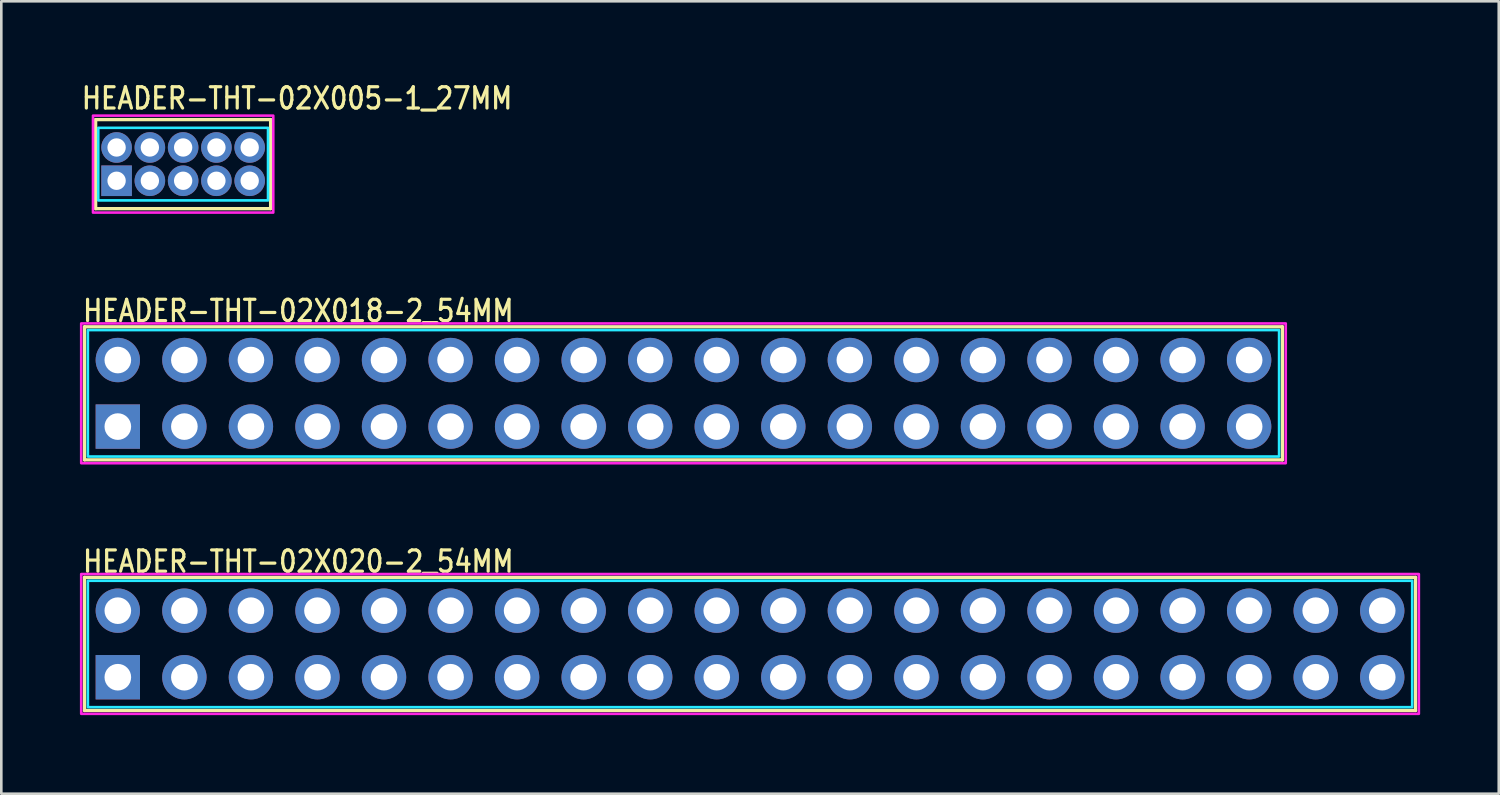
<source format=kicad_pcb>
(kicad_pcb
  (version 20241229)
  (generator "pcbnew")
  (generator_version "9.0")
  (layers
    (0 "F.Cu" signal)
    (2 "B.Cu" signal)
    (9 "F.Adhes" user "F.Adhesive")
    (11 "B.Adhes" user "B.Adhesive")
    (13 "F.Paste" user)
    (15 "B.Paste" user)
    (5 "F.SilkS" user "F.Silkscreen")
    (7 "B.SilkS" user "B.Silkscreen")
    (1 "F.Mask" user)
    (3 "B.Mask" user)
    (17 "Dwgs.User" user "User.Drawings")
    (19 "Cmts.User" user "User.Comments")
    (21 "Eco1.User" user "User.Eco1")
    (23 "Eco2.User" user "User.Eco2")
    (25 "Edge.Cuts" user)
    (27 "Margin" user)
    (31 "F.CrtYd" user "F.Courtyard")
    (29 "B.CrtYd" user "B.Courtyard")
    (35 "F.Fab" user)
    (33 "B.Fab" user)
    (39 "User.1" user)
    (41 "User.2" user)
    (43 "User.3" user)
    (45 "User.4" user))
  (footprint "HEADER-THT-02X005-1_27MM"
    (layer "F.Cu")
    (at 1.4 3.849)
    (property "Reference" "HEADER-THT-02X005-1_27MM" (at -1.4 -2.67 0) (unlocked yes) (layer "F.SilkS") (effects (font (size 0.813 0.695) (thickness 0.122)) (justify left bottom)))
    (fp_line (start -0.8 -2.335) (end -0.8 1.065) (stroke (width 0.127) (type solid)) (layer "F.SilkS"))
    (fp_line (start -0.8 1.065) (end 5.88 1.065) (stroke (width 0.127) (type solid)) (layer "F.SilkS"))
    (fp_line (start 5.88 -2.335) (end -0.8 -2.335) (stroke (width 0.127) (type solid)) (layer "F.SilkS"))
    (fp_line (start 5.88 1.065) (end 5.88 -2.335) (stroke (width 0.127) (type solid)) (layer "F.SilkS"))
    (fp_poly (pts (xy -0.7 -2.02) (xy 5.78 -2.02) (xy 5.78 0.75) (xy -0.7 0.75)) (stroke (width 0.1) (type solid)) (fill no) (layer "B.CrtYd"))
    (fp_poly (pts (xy -0.9 -2.485) (xy 5.98 -2.485) (xy 5.98 1.215) (xy -0.9 1.215)) (stroke (width 0.1) (type solid)) (fill no) (layer "F.CrtYd"))
    (pad "1" thru_hole rect (at 0 0) (size 1.167 1.167) (drill 0.7) (layers "*.Cu" "*.Mask"))
    (pad "2" thru_hole oval (at 0 -1.27) (size 1.167 1.167) (drill 0.7) (layers "*.Cu" "*.Mask"))
    (pad "3" thru_hole oval (at 1.27 0) (size 1.167 1.167) (drill 0.7) (layers "*.Cu" "*.Mask"))
    (pad "4" thru_hole oval (at 1.27 -1.27) (size 1.167 1.167) (drill 0.7) (layers "*.Cu" "*.Mask"))
    (pad "5" thru_hole oval (at 2.54 0) (size 1.167 1.167) (drill 0.7) (layers "*.Cu" "*.Mask"))
    (pad "6" thru_hole oval (at 2.54 -1.27) (size 1.167 1.167) (drill 0.7) (layers "*.Cu" "*.Mask"))
    (pad "7" thru_hole oval (at 3.81 0) (size 1.167 1.167) (drill 0.7) (layers "*.Cu" "*.Mask"))
    (pad "8" thru_hole oval (at 3.81 -1.27) (size 1.167 1.167) (drill 0.7) (layers "*.Cu" "*.Mask"))
    (pad "9" thru_hole oval (at 5.08 0) (size 1.167 1.167) (drill 0.7) (layers "*.Cu" "*.Mask"))
    (pad "10" thru_hole oval (at 5.08 -1.27) (size 1.167 1.167) (drill 0.7) (layers "*.Cu" "*.Mask")))
  (footprint "HEADER-THT-02X018-2_54MM"
    (layer "F.Cu")
    (at 1.447 13.232)
    (property "Reference" "HEADER-THT-02X018-2_54MM" (at -1.4 -3.94 0) (unlocked yes) (layer "F.SilkS") (effects (font (size 0.813 0.695) (thickness 0.122)) (justify left bottom)))
    (fp_line (start -1.27 -3.81) (end -1.27 1.27) (stroke (width 0.127) (type solid)) (layer "F.SilkS"))
    (fp_line (start -1.27 1.27) (end 44.45 1.27) (stroke (width 0.127) (type solid)) (layer "F.SilkS"))
    (fp_line (start 44.45 -3.81) (end -1.27 -3.81) (stroke (width 0.127) (type solid)) (layer "F.SilkS"))
    (fp_line (start 44.45 1.27) (end 44.45 -3.81) (stroke (width 0.127) (type solid)) (layer "F.SilkS"))
    (fp_poly (pts (xy -1.143 -3.683) (xy 44.323 -3.683) (xy 44.323 1.143) (xy -1.143 1.143)) (stroke (width 0.1) (type solid)) (fill no) (layer "B.CrtYd"))
    (fp_poly (pts (xy -1.397 -3.937) (xy 44.577 -3.937) (xy 44.577 1.397) (xy -1.397 1.397)) (stroke (width 0.1) (type solid)) (fill no) (layer "F.CrtYd"))
    (pad "1" thru_hole rect (at 0 0) (size 1.693 1.693) (drill 1.016) (layers "*.Cu" "*.Mask"))
    (pad "2" thru_hole oval (at 0 -2.54) (size 1.693 1.693) (drill 1.016) (layers "*.Cu" "*.Mask"))
    (pad "3" thru_hole oval (at 2.54 0) (size 1.693 1.693) (drill 1.016) (layers "*.Cu" "*.Mask"))
    (pad "4" thru_hole oval (at 2.54 -2.54) (size 1.693 1.693) (drill 1.016) (layers "*.Cu" "*.Mask"))
    (pad "5" thru_hole oval (at 5.08 0) (size 1.693 1.693) (drill 1.016) (layers "*.Cu" "*.Mask"))
    (pad "6" thru_hole oval (at 5.08 -2.54) (size 1.693 1.693) (drill 1.016) (layers "*.Cu" "*.Mask"))
    (pad "7" thru_hole oval (at 7.62 0) (size 1.693 1.693) (drill 1.016) (layers "*.Cu" "*.Mask"))
    (pad "8" thru_hole oval (at 7.62 -2.54) (size 1.693 1.693) (drill 1.016) (layers "*.Cu" "*.Mask"))
    (pad "9" thru_hole oval (at 10.16 0) (size 1.693 1.693) (drill 1.016) (layers "*.Cu" "*.Mask"))
    (pad "10" thru_hole oval (at 10.16 -2.54) (size 1.693 1.693) (drill 1.016) (layers "*.Cu" "*.Mask"))
    (pad "11" thru_hole oval (at 12.7 0) (size 1.693 1.693) (drill 1.016) (layers "*.Cu" "*.Mask"))
    (pad "12" thru_hole oval (at 12.7 -2.54) (size 1.693 1.693) (drill 1.016) (layers "*.Cu" "*.Mask"))
    (pad "13" thru_hole oval (at 15.24 0) (size 1.693 1.693) (drill 1.016) (layers "*.Cu" "*.Mask"))
    (pad "14" thru_hole oval (at 15.24 -2.54) (size 1.693 1.693) (drill 1.016) (layers "*.Cu" "*.Mask"))
    (pad "15" thru_hole oval (at 17.78 0) (size 1.693 1.693) (drill 1.016) (layers "*.Cu" "*.Mask"))
    (pad "16" thru_hole oval (at 17.78 -2.54) (size 1.693 1.693) (drill 1.016) (layers "*.Cu" "*.Mask"))
    (pad "17" thru_hole oval (at 20.32 0) (size 1.693 1.693) (drill 1.016) (layers "*.Cu" "*.Mask"))
    (pad "18" thru_hole oval (at 20.32 -2.54) (size 1.693 1.693) (drill 1.016) (layers "*.Cu" "*.Mask"))
    (pad "19" thru_hole oval (at 22.86 0) (size 1.693 1.693) (drill 1.016) (layers "*.Cu" "*.Mask"))
    (pad "20" thru_hole oval (at 22.86 -2.54) (size 1.693 1.693) (drill 1.016) (layers "*.Cu" "*.Mask"))
    (pad "21" thru_hole oval (at 25.4 0) (size 1.693 1.693) (drill 1.016) (layers "*.Cu" "*.Mask"))
    (pad "22" thru_hole oval (at 25.4 -2.54) (size 1.693 1.693) (drill 1.016) (layers "*.Cu" "*.Mask"))
    (pad "23" thru_hole oval (at 27.94 0) (size 1.693 1.693) (drill 1.016) (layers "*.Cu" "*.Mask"))
    (pad "24" thru_hole oval (at 27.94 -2.54) (size 1.693 1.693) (drill 1.016) (layers "*.Cu" "*.Mask"))
    (pad "25" thru_hole oval (at 30.48 0) (size 1.693 1.693) (drill 1.016) (layers "*.Cu" "*.Mask"))
    (pad "26" thru_hole oval (at 30.48 -2.54) (size 1.693 1.693) (drill 1.016) (layers "*.Cu" "*.Mask"))
    (pad "27" thru_hole oval (at 33.02 0) (size 1.693 1.693) (drill 1.016) (layers "*.Cu" "*.Mask"))
    (pad "28" thru_hole oval (at 33.02 -2.54) (size 1.693 1.693) (drill 1.016) (layers "*.Cu" "*.Mask"))
    (pad "29" thru_hole oval (at 35.56 0) (size 1.693 1.693) (drill 1.016) (layers "*.Cu" "*.Mask"))
    (pad "30" thru_hole oval (at 35.56 -2.54) (size 1.693 1.693) (drill 1.016) (layers "*.Cu" "*.Mask"))
    (pad "31" thru_hole oval (at 38.1 0) (size 1.693 1.693) (drill 1.016) (layers "*.Cu" "*.Mask"))
    (pad "32" thru_hole oval (at 38.1 -2.54) (size 1.693 1.693) (drill 1.016) (layers "*.Cu" "*.Mask"))
    (pad "33" thru_hole oval (at 40.64 0) (size 1.693 1.693) (drill 1.016) (layers "*.Cu" "*.Mask"))
    (pad "34" thru_hole oval (at 40.64 -2.54) (size 1.693 1.693) (drill 1.016) (layers "*.Cu" "*.Mask"))
    (pad "35" thru_hole oval (at 43.18 0) (size 1.693 1.693) (drill 1.016) (layers "*.Cu" "*.Mask"))
    (pad "36" thru_hole oval (at 43.18 -2.54) (size 1.693 1.693) (drill 1.016) (layers "*.Cu" "*.Mask")))
  (footprint "HEADER-THT-02X020-2_54MM"
    (layer "F.Cu")
    (at 1.447 22.798)
    (property "Reference" "HEADER-THT-02X020-2_54MM" (at -1.4 -3.94 0) (unlocked yes) (layer "F.SilkS") (effects (font (size 0.813 0.695) (thickness 0.122)) (justify left bottom)))
    (fp_line (start -1.27 -3.81) (end -1.27 1.27) (stroke (width 0.127) (type solid)) (layer "F.SilkS"))
    (fp_line (start -1.27 1.27) (end 49.53 1.27) (stroke (width 0.127) (type solid)) (layer "F.SilkS"))
    (fp_line (start 49.53 -3.81) (end -1.27 -3.81) (stroke (width 0.127) (type solid)) (layer "F.SilkS"))
    (fp_line (start 49.53 1.27) (end 49.53 -3.81) (stroke (width 0.127) (type solid)) (layer "F.SilkS"))
    (fp_poly (pts (xy -1.143 -3.683) (xy 49.403 -3.683) (xy 49.403 1.143) (xy -1.143 1.143)) (stroke (width 0.1) (type solid)) (fill no) (layer "B.CrtYd"))
    (fp_poly (pts (xy -1.397 -3.937) (xy 49.657 -3.937) (xy 49.657 1.397) (xy -1.397 1.397)) (stroke (width 0.1) (type solid)) (fill no) (layer "F.CrtYd"))
    (pad "1" thru_hole rect (at 0 0) (size 1.693 1.693) (drill 1.016) (layers "*.Cu" "*.Mask"))
    (pad "2" thru_hole oval (at 0 -2.54) (size 1.693 1.693) (drill 1.016) (layers "*.Cu" "*.Mask"))
    (pad "3" thru_hole oval (at 2.54 0) (size 1.693 1.693) (drill 1.016) (layers "*.Cu" "*.Mask"))
    (pad "4" thru_hole oval (at 2.54 -2.54) (size 1.693 1.693) (drill 1.016) (layers "*.Cu" "*.Mask"))
    (pad "5" thru_hole oval (at 5.08 0) (size 1.693 1.693) (drill 1.016) (layers "*.Cu" "*.Mask"))
    (pad "6" thru_hole oval (at 5.08 -2.54) (size 1.693 1.693) (drill 1.016) (layers "*.Cu" "*.Mask"))
    (pad "7" thru_hole oval (at 7.62 0) (size 1.693 1.693) (drill 1.016) (layers "*.Cu" "*.Mask"))
    (pad "8" thru_hole oval (at 7.62 -2.54) (size 1.693 1.693) (drill 1.016) (layers "*.Cu" "*.Mask"))
    (pad "9" thru_hole oval (at 10.16 0) (size 1.693 1.693) (drill 1.016) (layers "*.Cu" "*.Mask"))
    (pad "10" thru_hole oval (at 10.16 -2.54) (size 1.693 1.693) (drill 1.016) (layers "*.Cu" "*.Mask"))
    (pad "11" thru_hole oval (at 12.7 0) (size 1.693 1.693) (drill 1.016) (layers "*.Cu" "*.Mask"))
    (pad "12" thru_hole oval (at 12.7 -2.54) (size 1.693 1.693) (drill 1.016) (layers "*.Cu" "*.Mask"))
    (pad "13" thru_hole oval (at 15.24 0) (size 1.693 1.693) (drill 1.016) (layers "*.Cu" "*.Mask"))
    (pad "14" thru_hole oval (at 15.24 -2.54) (size 1.693 1.693) (drill 1.016) (layers "*.Cu" "*.Mask"))
    (pad "15" thru_hole oval (at 17.78 0) (size 1.693 1.693) (drill 1.016) (layers "*.Cu" "*.Mask"))
    (pad "16" thru_hole oval (at 17.78 -2.54) (size 1.693 1.693) (drill 1.016) (layers "*.Cu" "*.Mask"))
    (pad "17" thru_hole oval (at 20.32 0) (size 1.693 1.693) (drill 1.016) (layers "*.Cu" "*.Mask"))
    (pad "18" thru_hole oval (at 20.32 -2.54) (size 1.693 1.693) (drill 1.016) (layers "*.Cu" "*.Mask"))
    (pad "19" thru_hole oval (at 22.86 0) (size 1.693 1.693) (drill 1.016) (layers "*.Cu" "*.Mask"))
    (pad "20" thru_hole oval (at 22.86 -2.54) (size 1.693 1.693) (drill 1.016) (layers "*.Cu" "*.Mask"))
    (pad "21" thru_hole oval (at 25.4 0) (size 1.693 1.693) (drill 1.016) (layers "*.Cu" "*.Mask"))
    (pad "22" thru_hole oval (at 25.4 -2.54) (size 1.693 1.693) (drill 1.016) (layers "*.Cu" "*.Mask"))
    (pad "23" thru_hole oval (at 27.94 0) (size 1.693 1.693) (drill 1.016) (layers "*.Cu" "*.Mask"))
    (pad "24" thru_hole oval (at 27.94 -2.54) (size 1.693 1.693) (drill 1.016) (layers "*.Cu" "*.Mask"))
    (pad "25" thru_hole oval (at 30.48 0) (size 1.693 1.693) (drill 1.016) (layers "*.Cu" "*.Mask"))
    (pad "26" thru_hole oval (at 30.48 -2.54) (size 1.693 1.693) (drill 1.016) (layers "*.Cu" "*.Mask"))
    (pad "27" thru_hole oval (at 33.02 0) (size 1.693 1.693) (drill 1.016) (layers "*.Cu" "*.Mask"))
    (pad "28" thru_hole oval (at 33.02 -2.54) (size 1.693 1.693) (drill 1.016) (layers "*.Cu" "*.Mask"))
    (pad "29" thru_hole oval (at 35.56 0) (size 1.693 1.693) (drill 1.016) (layers "*.Cu" "*.Mask"))
    (pad "30" thru_hole oval (at 35.56 -2.54) (size 1.693 1.693) (drill 1.016) (layers "*.Cu" "*.Mask"))
    (pad "31" thru_hole oval (at 38.1 0) (size 1.693 1.693) (drill 1.016) (layers "*.Cu" "*.Mask"))
    (pad "32" thru_hole oval (at 38.1 -2.54) (size 1.693 1.693) (drill 1.016) (layers "*.Cu" "*.Mask"))
    (pad "33" thru_hole oval (at 40.64 0) (size 1.693 1.693) (drill 1.016) (layers "*.Cu" "*.Mask"))
    (pad "34" thru_hole oval (at 40.64 -2.54) (size 1.693 1.693) (drill 1.016) (layers "*.Cu" "*.Mask"))
    (pad "35" thru_hole oval (at 43.18 0) (size 1.693 1.693) (drill 1.016) (layers "*.Cu" "*.Mask"))
    (pad "36" thru_hole oval (at 43.18 -2.54) (size 1.693 1.693) (drill 1.016) (layers "*.Cu" "*.Mask"))
    (pad "37" thru_hole oval (at 45.72 0) (size 1.693 1.693) (drill 1.016) (layers "*.Cu" "*.Mask"))
    (pad "38" thru_hole oval (at 45.72 -2.54) (size 1.693 1.693) (drill 1.016) (layers "*.Cu" "*.Mask"))
    (pad "39" thru_hole oval (at 48.26 0) (size 1.693 1.693) (drill 1.016) (layers "*.Cu" "*.Mask"))
    (pad "40" thru_hole oval (at 48.26 -2.54) (size 1.693 1.693) (drill 1.016) (layers "*.Cu" "*.Mask")))
  (gr_rect
    (start -3 -3)
    (end 54.154 27.245)
    (stroke (width 0.1) (type default))
    (fill no)
    (layer "Edge.Cuts")))
</source>
